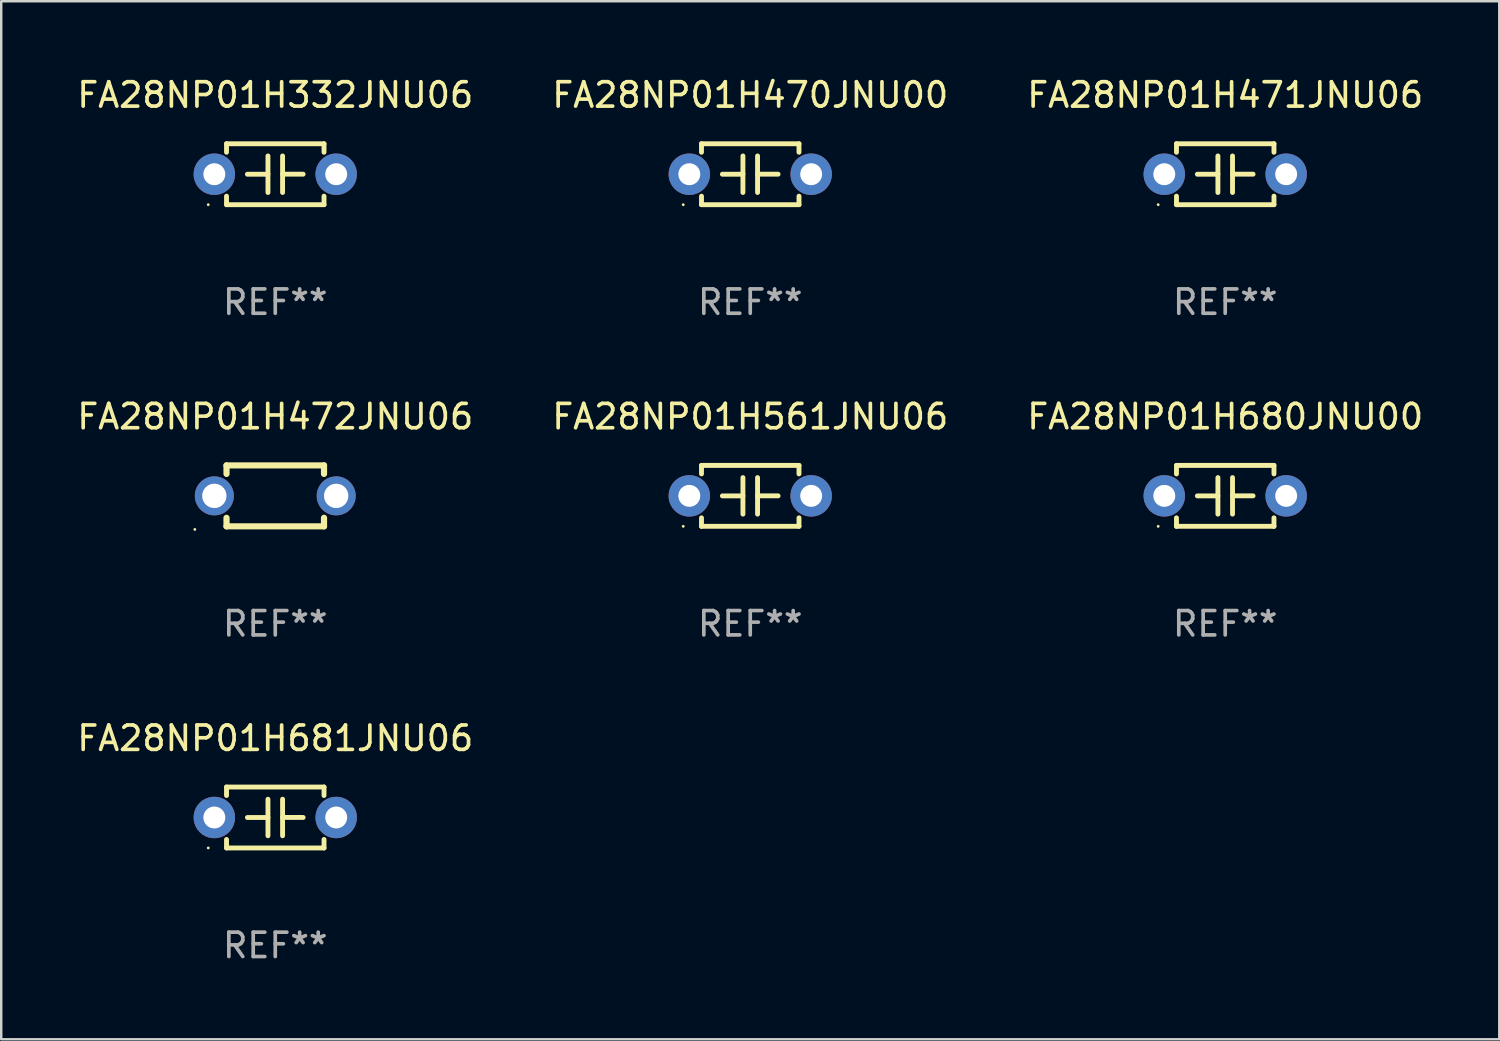
<source format=kicad_pcb>
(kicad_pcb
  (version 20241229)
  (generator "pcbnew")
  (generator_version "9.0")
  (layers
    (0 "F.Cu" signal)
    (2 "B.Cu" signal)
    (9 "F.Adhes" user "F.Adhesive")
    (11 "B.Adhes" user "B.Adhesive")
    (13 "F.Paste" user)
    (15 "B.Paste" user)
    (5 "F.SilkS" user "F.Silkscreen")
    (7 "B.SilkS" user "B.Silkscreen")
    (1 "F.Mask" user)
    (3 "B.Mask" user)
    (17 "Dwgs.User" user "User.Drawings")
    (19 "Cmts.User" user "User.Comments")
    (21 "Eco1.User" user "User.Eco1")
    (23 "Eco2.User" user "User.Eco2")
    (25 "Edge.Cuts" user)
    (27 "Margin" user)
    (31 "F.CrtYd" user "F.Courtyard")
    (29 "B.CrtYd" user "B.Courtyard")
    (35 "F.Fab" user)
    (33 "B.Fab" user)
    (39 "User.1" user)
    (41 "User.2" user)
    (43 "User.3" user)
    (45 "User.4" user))
  (footprint "FA28NP01H680JNU00"
    (layer "F.Cu")
    (at 47.22 17.295)
    (property "Reference" "FA28NP01H680JNU00" (at 0 -3.25 0) (layer "F.SilkS") (effects (font (size 1 1) (thickness 0.15))))
    (attr through_hole)
    (fp_line (start -2 -1.25) (end -2 -0.901) (stroke (width 0.2) (type solid)) (layer "F.SilkS"))
    (fp_line (start -2 -1.25) (end 2 -1.25) (stroke (width 0.2) (type solid)) (layer "F.SilkS"))
    (fp_line (start -2 0.901) (end -2 1.25) (stroke (width 0.2) (type solid)) (layer "F.SilkS"))
    (fp_line (start -0.3 -0.75) (end -0.3 0.75) (stroke (width 0.2) (type solid)) (layer "F.SilkS"))
    (fp_line (start -0.3 0.001) (end -1.143 0.001) (stroke (width 0.2) (type solid)) (layer "F.SilkS"))
    (fp_line (start 0.3 -0.001) (end 1.143 -0.001) (stroke (width 0.2) (type solid)) (layer "F.SilkS"))
    (fp_line (start 0.3 0.75) (end 0.3 -0.75) (stroke (width 0.2) (type solid)) (layer "F.SilkS"))
    (fp_line (start 2 -1.25) (end 2 -0.901) (stroke (width 0.2) (type solid)) (layer "F.SilkS"))
    (fp_line (start 2 0.901) (end 2 1.25) (stroke (width 0.2) (type solid)) (layer "F.SilkS"))
    (fp_line (start 2 1.25) (end -2 1.25) (stroke (width 0.2) (type solid)) (layer "F.SilkS"))
    (fp_circle (center -2.75 1.25) (end -2.72 1.25) (stroke (width 0.06) (type solid)) (fill no) (layer "F.SilkS"))
    (fp_text user "REF**" (at 0 5.25 0) (layer "F.Fab") (effects (font (size 1 1) (thickness 0.15))))
    (pad "1" thru_hole circle (at -2.5 0) (size 1.7 1.7) (drill 0.9) (layers "*.Cu" "*.Mask"))
    (pad "2" thru_hole circle (at 2.5 0) (size 1.7 1.7) (drill 0.9) (layers "*.Cu" "*.Mask")))
  (footprint "FA28NP01H471JNU06"
    (layer "F.Cu")
    (at 47.22 4.098)
    (property "Reference" "FA28NP01H471JNU06" (at 0 -3.25 0) (layer "F.SilkS") (effects (font (size 1 1) (thickness 0.15))))
    (attr through_hole)
    (fp_line (start -2 -1.25) (end -2 -0.901) (stroke (width 0.2) (type solid)) (layer "F.SilkS"))
    (fp_line (start -2 -1.25) (end 2 -1.25) (stroke (width 0.2) (type solid)) (layer "F.SilkS"))
    (fp_line (start -2 0.901) (end -2 1.25) (stroke (width 0.2) (type solid)) (layer "F.SilkS"))
    (fp_line (start -0.3 -0.75) (end -0.3 0.75) (stroke (width 0.2) (type solid)) (layer "F.SilkS"))
    (fp_line (start -0.3 0.001) (end -1.143 0.001) (stroke (width 0.2) (type solid)) (layer "F.SilkS"))
    (fp_line (start 0.3 -0.001) (end 1.143 -0.001) (stroke (width 0.2) (type solid)) (layer "F.SilkS"))
    (fp_line (start 0.3 0.75) (end 0.3 -0.75) (stroke (width 0.2) (type solid)) (layer "F.SilkS"))
    (fp_line (start 2 -1.25) (end 2 -0.901) (stroke (width 0.2) (type solid)) (layer "F.SilkS"))
    (fp_line (start 2 0.901) (end 2 1.25) (stroke (width 0.2) (type solid)) (layer "F.SilkS"))
    (fp_line (start 2 1.25) (end -2 1.25) (stroke (width 0.2) (type solid)) (layer "F.SilkS"))
    (fp_circle (center -2.75 1.25) (end -2.72 1.25) (stroke (width 0.06) (type solid)) (fill no) (layer "F.SilkS"))
    (fp_text user "REF**" (at 0 5.25 0) (layer "F.Fab") (effects (font (size 1 1) (thickness 0.15))))
    (pad "1" thru_hole circle (at -2.5 0) (size 1.7 1.7) (drill 0.9) (layers "*.Cu" "*.Mask"))
    (pad "2" thru_hole circle (at 2.5 0) (size 1.7 1.7) (drill 0.9) (layers "*.Cu" "*.Mask")))
  (footprint "FA28NP01H332JNU06"
    (layer "F.Cu")
    (at 8.244 4.098)
    (property "Reference" "FA28NP01H332JNU06" (at 0 -3.25 0) (layer "F.SilkS") (effects (font (size 1 1) (thickness 0.15))))
    (attr through_hole)
    (fp_line (start -2 -1.25) (end -2 -0.901) (stroke (width 0.2) (type solid)) (layer "F.SilkS"))
    (fp_line (start -2 -1.25) (end 2 -1.25) (stroke (width 0.2) (type solid)) (layer "F.SilkS"))
    (fp_line (start -2 0.901) (end -2 1.25) (stroke (width 0.2) (type solid)) (layer "F.SilkS"))
    (fp_line (start -0.3 -0.75) (end -0.3 0.75) (stroke (width 0.2) (type solid)) (layer "F.SilkS"))
    (fp_line (start -0.3 0.001) (end -1.143 0.001) (stroke (width 0.2) (type solid)) (layer "F.SilkS"))
    (fp_line (start 0.3 -0.001) (end 1.143 -0.001) (stroke (width 0.2) (type solid)) (layer "F.SilkS"))
    (fp_line (start 0.3 0.75) (end 0.3 -0.75) (stroke (width 0.2) (type solid)) (layer "F.SilkS"))
    (fp_line (start 2 -1.25) (end 2 -0.901) (stroke (width 0.2) (type solid)) (layer "F.SilkS"))
    (fp_line (start 2 0.901) (end 2 1.25) (stroke (width 0.2) (type solid)) (layer "F.SilkS"))
    (fp_line (start 2 1.25) (end -2 1.25) (stroke (width 0.2) (type solid)) (layer "F.SilkS"))
    (fp_circle (center -2.75 1.25) (end -2.72 1.25) (stroke (width 0.06) (type solid)) (fill no) (layer "F.SilkS"))
    (fp_text user "REF**" (at 0 5.25 0) (layer "F.Fab") (effects (font (size 1 1) (thickness 0.15))))
    (pad "1" thru_hole circle (at -2.5 0) (size 1.7 1.7) (drill 0.9) (layers "*.Cu" "*.Mask"))
    (pad "2" thru_hole circle (at 2.5 0) (size 1.7 1.7) (drill 0.9) (layers "*.Cu" "*.Mask")))
  (footprint "FA28NP01H470JNU00"
    (layer "F.Cu")
    (at 27.732 4.098)
    (property "Reference" "FA28NP01H470JNU00" (at 0 -3.25 0) (layer "F.SilkS") (effects (font (size 1 1) (thickness 0.15))))
    (attr through_hole)
    (fp_line (start -2 -1.25) (end -2 -0.901) (stroke (width 0.2) (type solid)) (layer "F.SilkS"))
    (fp_line (start -2 -1.25) (end 2 -1.25) (stroke (width 0.2) (type solid)) (layer "F.SilkS"))
    (fp_line (start -2 0.901) (end -2 1.25) (stroke (width 0.2) (type solid)) (layer "F.SilkS"))
    (fp_line (start -0.3 -0.75) (end -0.3 0.75) (stroke (width 0.2) (type solid)) (layer "F.SilkS"))
    (fp_line (start -0.3 0.001) (end -1.143 0.001) (stroke (width 0.2) (type solid)) (layer "F.SilkS"))
    (fp_line (start 0.3 -0.001) (end 1.143 -0.001) (stroke (width 0.2) (type solid)) (layer "F.SilkS"))
    (fp_line (start 0.3 0.75) (end 0.3 -0.75) (stroke (width 0.2) (type solid)) (layer "F.SilkS"))
    (fp_line (start 2 -1.25) (end 2 -0.901) (stroke (width 0.2) (type solid)) (layer "F.SilkS"))
    (fp_line (start 2 0.901) (end 2 1.25) (stroke (width 0.2) (type solid)) (layer "F.SilkS"))
    (fp_line (start 2 1.25) (end -2 1.25) (stroke (width 0.2) (type solid)) (layer "F.SilkS"))
    (fp_circle (center -2.75 1.25) (end -2.72 1.25) (stroke (width 0.06) (type solid)) (fill no) (layer "F.SilkS"))
    (fp_text user "REF**" (at 0 5.25 0) (layer "F.Fab") (effects (font (size 1 1) (thickness 0.15))))
    (pad "1" thru_hole circle (at -2.5 0) (size 1.7 1.7) (drill 0.9) (layers "*.Cu" "*.Mask"))
    (pad "2" thru_hole circle (at 2.5 0) (size 1.7 1.7) (drill 0.9) (layers "*.Cu" "*.Mask")))
  (footprint "FA28NP01H681JNU06"
    (layer "F.Cu")
    (at 8.244 30.491)
    (property "Reference" "FA28NP01H681JNU06" (at 0 -3.25 0) (layer "F.SilkS") (effects (font (size 1 1) (thickness 0.15))))
    (attr through_hole)
    (fp_line (start -2 -1.25) (end -2 -0.901) (stroke (width 0.2) (type solid)) (layer "F.SilkS"))
    (fp_line (start -2 -1.25) (end 2 -1.25) (stroke (width 0.2) (type solid)) (layer "F.SilkS"))
    (fp_line (start -2 0.901) (end -2 1.25) (stroke (width 0.2) (type solid)) (layer "F.SilkS"))
    (fp_line (start -0.3 -0.75) (end -0.3 0.75) (stroke (width 0.2) (type solid)) (layer "F.SilkS"))
    (fp_line (start -0.3 0.001) (end -1.143 0.001) (stroke (width 0.2) (type solid)) (layer "F.SilkS"))
    (fp_line (start 0.3 -0.001) (end 1.143 -0.001) (stroke (width 0.2) (type solid)) (layer "F.SilkS"))
    (fp_line (start 0.3 0.75) (end 0.3 -0.75) (stroke (width 0.2) (type solid)) (layer "F.SilkS"))
    (fp_line (start 2 -1.25) (end 2 -0.901) (stroke (width 0.2) (type solid)) (layer "F.SilkS"))
    (fp_line (start 2 0.901) (end 2 1.25) (stroke (width 0.2) (type solid)) (layer "F.SilkS"))
    (fp_line (start 2 1.25) (end -2 1.25) (stroke (width 0.2) (type solid)) (layer "F.SilkS"))
    (fp_circle (center -2.75 1.25) (end -2.72 1.25) (stroke (width 0.06) (type solid)) (fill no) (layer "F.SilkS"))
    (fp_text user "REF**" (at 0 5.25 0) (layer "F.Fab") (effects (font (size 1 1) (thickness 0.15))))
    (pad "1" thru_hole circle (at -2.5 0) (size 1.7 1.7) (drill 0.9) (layers "*.Cu" "*.Mask"))
    (pad "2" thru_hole circle (at 2.5 0) (size 1.7 1.7) (drill 0.9) (layers "*.Cu" "*.Mask")))
  (footprint "FA28NP01H561JNU06"
    (layer "F.Cu")
    (at 27.732 17.295)
    (property "Reference" "FA28NP01H561JNU06" (at 0 -3.25 0) (layer "F.SilkS") (effects (font (size 1 1) (thickness 0.15))))
    (attr through_hole)
    (fp_line (start -2 -1.25) (end -2 -0.901) (stroke (width 0.2) (type solid)) (layer "F.SilkS"))
    (fp_line (start -2 -1.25) (end 2 -1.25) (stroke (width 0.2) (type solid)) (layer "F.SilkS"))
    (fp_line (start -2 0.901) (end -2 1.25) (stroke (width 0.2) (type solid)) (layer "F.SilkS"))
    (fp_line (start -0.3 -0.75) (end -0.3 0.75) (stroke (width 0.2) (type solid)) (layer "F.SilkS"))
    (fp_line (start -0.3 0.001) (end -1.143 0.001) (stroke (width 0.2) (type solid)) (layer "F.SilkS"))
    (fp_line (start 0.3 -0.001) (end 1.143 -0.001) (stroke (width 0.2) (type solid)) (layer "F.SilkS"))
    (fp_line (start 0.3 0.75) (end 0.3 -0.75) (stroke (width 0.2) (type solid)) (layer "F.SilkS"))
    (fp_line (start 2 -1.25) (end 2 -0.901) (stroke (width 0.2) (type solid)) (layer "F.SilkS"))
    (fp_line (start 2 0.901) (end 2 1.25) (stroke (width 0.2) (type solid)) (layer "F.SilkS"))
    (fp_line (start 2 1.25) (end -2 1.25) (stroke (width 0.2) (type solid)) (layer "F.SilkS"))
    (fp_circle (center -2.75 1.25) (end -2.72 1.25) (stroke (width 0.06) (type solid)) (fill no) (layer "F.SilkS"))
    (fp_text user "REF**" (at 0 5.25 0) (layer "F.Fab") (effects (font (size 1 1) (thickness 0.15))))
    (pad "1" thru_hole circle (at -2.5 0) (size 1.7 1.7) (drill 0.9) (layers "*.Cu" "*.Mask"))
    (pad "2" thru_hole circle (at 2.5 0) (size 1.7 1.7) (drill 0.9) (layers "*.Cu" "*.Mask")))
  (footprint "FA28NP01H472JNU06"
    (layer "F.Cu")
    (at 8.244 17.295)
    (property "Reference" "FA28NP01H472JNU06" (at 0 -3.25 0) (layer "F.SilkS") (effects (font (size 1 1) (thickness 0.15))))
    (attr through_hole)
    (fp_line (start -2 -1.25) (end -2 -0.901) (stroke (width 0.254) (type solid)) (layer "F.SilkS"))
    (fp_line (start -2 -1.25) (end 2 -1.25) (stroke (width 0.254) (type solid)) (layer "F.SilkS"))
    (fp_line (start -2 0.901) (end -2 1.25) (stroke (width 0.254) (type solid)) (layer "F.SilkS"))
    (fp_line (start 2 -1.25) (end 2 -0.901) (stroke (width 0.254) (type solid)) (layer "F.SilkS"))
    (fp_line (start 2 0.901) (end 2 1.25) (stroke (width 0.254) (type solid)) (layer "F.SilkS"))
    (fp_line (start 2 1.25) (end -2 1.25) (stroke (width 0.254) (type solid)) (layer "F.SilkS"))
    (fp_circle (center -3.3 1.377) (end -3.27 1.377) (stroke (width 0.06) (type solid)) (fill no) (layer "F.SilkS"))
    (fp_text user "REF**" (at 0 5.25 0) (layer "F.Fab") (effects (font (size 1 1) (thickness 0.15))))
    (pad "1" thru_hole circle (at -2.5 0) (size 1.6 1.6) (drill 1) (layers "*.Cu" "*.Mask"))
    (pad "2" thru_hole circle (at 2.5 0) (size 1.6 1.6) (drill 1) (layers "*.Cu" "*.Mask")))
  (gr_rect
    (start -3 -3)
    (end 58.464 39.59)
    (stroke (width 0.1) (type default))
    (fill no)
    (layer "Edge.Cuts")))
</source>
